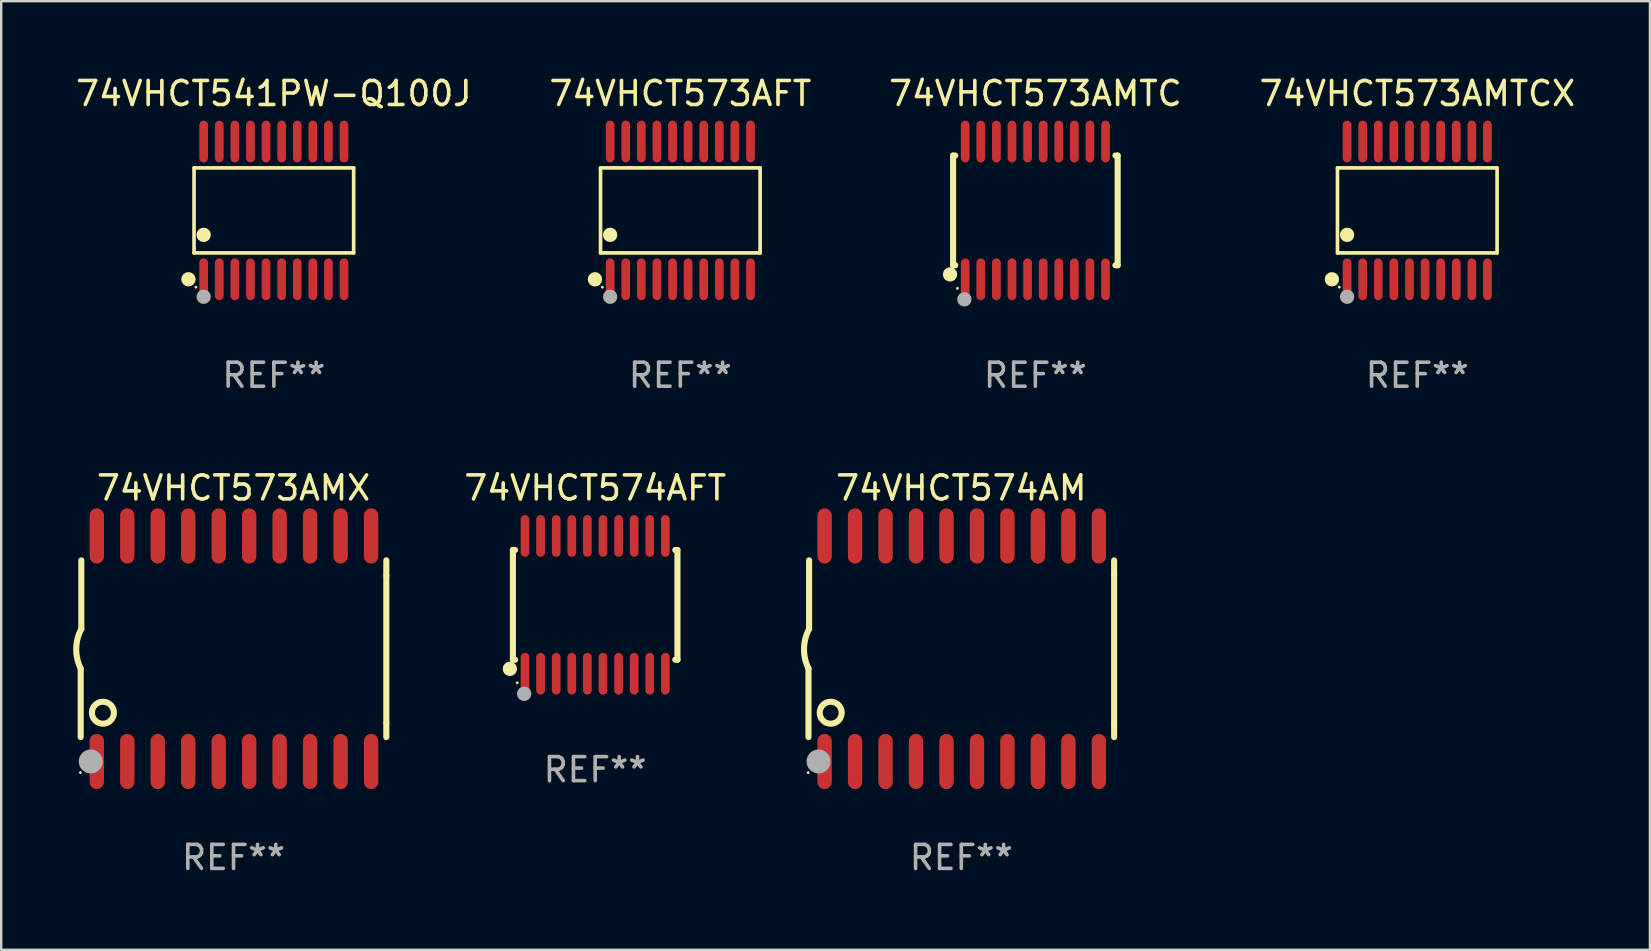
<source format=kicad_pcb>
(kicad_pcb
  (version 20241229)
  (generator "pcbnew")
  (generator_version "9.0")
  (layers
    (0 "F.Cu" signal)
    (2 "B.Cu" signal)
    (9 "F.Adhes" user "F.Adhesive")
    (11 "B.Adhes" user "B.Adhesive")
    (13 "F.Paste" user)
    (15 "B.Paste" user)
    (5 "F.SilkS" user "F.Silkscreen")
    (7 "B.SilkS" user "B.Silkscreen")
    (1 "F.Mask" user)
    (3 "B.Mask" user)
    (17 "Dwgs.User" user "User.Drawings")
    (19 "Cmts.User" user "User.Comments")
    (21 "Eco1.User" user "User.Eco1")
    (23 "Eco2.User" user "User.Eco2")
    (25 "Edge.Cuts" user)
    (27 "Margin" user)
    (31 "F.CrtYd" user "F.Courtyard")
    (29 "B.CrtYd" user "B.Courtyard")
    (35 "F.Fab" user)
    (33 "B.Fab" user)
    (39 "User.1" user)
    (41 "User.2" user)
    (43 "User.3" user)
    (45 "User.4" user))
  (footprint "74VHCT541PW-Q100J"
    (layer "F.Cu")
    (at 8.363 5.719)
    (property "Reference" "74VHCT541PW-Q100J" (at 0 -4.871 0) (layer "F.SilkS") (effects (font (size 1 1) (thickness 0.15))))
    (attr through_hole)
    (fp_line (start -3.326 -1.771) (end 3.326 -1.771) (stroke (width 0.152) (type solid)) (layer "F.SilkS"))
    (fp_line (start -3.326 1.771) (end -3.326 -1.771) (stroke (width 0.152) (type solid)) (layer "F.SilkS"))
    (fp_line (start 3.326 -1.771) (end 3.326 1.771) (stroke (width 0.152) (type solid)) (layer "F.SilkS"))
    (fp_line (start 3.326 1.771) (end -3.326 1.771) (stroke (width 0.152) (type solid)) (layer "F.SilkS"))
    (fp_circle (center -3.559 2.871) (end -3.409 2.871) (stroke (width 0.3) (type solid)) (fill no) (layer "F.SilkS"))
    (fp_circle (center -3.25 3.2) (end -3.22 3.2) (stroke (width 0.06) (type solid)) (fill no) (layer "F.SilkS"))
    (fp_circle (center -2.925 1.019) (end -2.775 1.019) (stroke (width 0.3) (type solid)) (fill no) (layer "F.SilkS"))
    (fp_circle (center -2.925 3.6) (end -2.775 3.6) (stroke (width 0.3) (type solid)) (fill no) (layer "F.Fab"))
    (fp_text user "REF**" (at 0 6.871 0) (layer "F.Fab") (effects (font (size 1 1) (thickness 0.15))))
    (pad "1" smd oval (at -2.925 2.871) (size 0.364 1.742) (layers "F.Cu" "F.Mask" "F.Paste"))
    (pad "2" smd oval (at -2.275 2.871) (size 0.364 1.742) (layers "F.Cu" "F.Mask" "F.Paste"))
    (pad "3" smd oval (at -1.625 2.871) (size 0.364 1.742) (layers "F.Cu" "F.Mask" "F.Paste"))
    (pad "4" smd oval (at -0.975 2.871) (size 0.364 1.742) (layers "F.Cu" "F.Mask" "F.Paste"))
    (pad "5" smd oval (at -0.325 2.871) (size 0.364 1.742) (layers "F.Cu" "F.Mask" "F.Paste"))
    (pad "6" smd oval (at 0.325 2.871) (size 0.364 1.742) (layers "F.Cu" "F.Mask" "F.Paste"))
    (pad "7" smd oval (at 0.975 2.871) (size 0.364 1.742) (layers "F.Cu" "F.Mask" "F.Paste"))
    (pad "8" smd oval (at 1.625 2.871) (size 0.364 1.742) (layers "F.Cu" "F.Mask" "F.Paste"))
    (pad "9" smd oval (at 2.275 2.871) (size 0.364 1.742) (layers "F.Cu" "F.Mask" "F.Paste"))
    (pad "10" smd oval (at 2.925 2.871) (size 0.364 1.742) (layers "F.Cu" "F.Mask" "F.Paste"))
    (pad "11" smd oval (at 2.925 -2.871) (size 0.364 1.742) (layers "F.Cu" "F.Mask" "F.Paste"))
    (pad "12" smd oval (at 2.275 -2.871) (size 0.364 1.742) (layers "F.Cu" "F.Mask" "F.Paste"))
    (pad "13" smd oval (at 1.625 -2.871) (size 0.364 1.742) (layers "F.Cu" "F.Mask" "F.Paste"))
    (pad "14" smd oval (at 0.975 -2.871) (size 0.364 1.742) (layers "F.Cu" "F.Mask" "F.Paste"))
    (pad "15" smd oval (at 0.325 -2.871) (size 0.364 1.742) (layers "F.Cu" "F.Mask" "F.Paste"))
    (pad "16" smd oval (at -0.325 -2.871) (size 0.364 1.742) (layers "F.Cu" "F.Mask" "F.Paste"))
    (pad "17" smd oval (at -0.975 -2.871) (size 0.364 1.742) (layers "F.Cu" "F.Mask" "F.Paste"))
    (pad "18" smd oval (at -1.625 -2.871) (size 0.364 1.742) (layers "F.Cu" "F.Mask" "F.Paste"))
    (pad "19" smd oval (at -2.275 -2.871) (size 0.364 1.742) (layers "F.Cu" "F.Mask" "F.Paste"))
    (pad "20" smd oval (at -2.925 -2.871) (size 0.364 1.742) (layers "F.Cu" "F.Mask" "F.Paste")))
  (footprint "74VHCT574AM"
    (layer "F.Cu")
    (at 37.014 23.987)
    (property "Reference" "74VHCT574AM" (at 0 -6.7 0) (layer "F.SilkS") (effects (font (size 1 1) (thickness 0.15))))
    (attr through_hole)
    (fp_line (start -6.369 0.826) (end -6.369 3.683) (stroke (width 0.254) (type solid)) (layer "F.SilkS"))
    (fp_line (start -6.343 -0.825) (end -6.343 -3.683) (stroke (width 0.254) (type solid)) (layer "F.SilkS"))
    (fp_line (start 6.369 -3.048) (end 6.369 -3.683) (stroke (width 0.254) (type solid)) (layer "F.SilkS"))
    (fp_line (start 6.369 -3.048) (end 6.369 3.096) (stroke (width 0.254) (type solid)) (layer "F.SilkS"))
    (fp_line (start 6.369 3.096) (end 6.369 3.683) (stroke (width 0.254) (type solid)) (layer "F.SilkS"))
    (fp_arc (start -6.36853 0.825552) (mid -6.554743 -0.00301) (end -6.343129 -0.825451) (stroke (width 0.254001) (type solid)) (layer "F.SilkS"))
    (fp_circle (center -6.382 5.163) (end -6.352 5.163) (stroke (width 0.06) (type solid)) (fill no) (layer "F.SilkS"))
    (fp_circle (center -5.443 2.667) (end -4.985 2.667) (stroke (width 0.254) (type solid)) (fill no) (layer "F.SilkS"))
    (fp_circle (center -5.951 4.699) (end -5.701 4.699) (stroke (width 0.5) (type solid)) (fill no) (layer "F.Fab"))
    (fp_text user "REF**" (at 0 8.7 0) (layer "F.Fab") (effects (font (size 1 1) (thickness 0.15))))
    (pad "1" smd oval (at -5.697 4.7 180) (size 0.6 2.3) (layers "F.Cu" "F.Mask" "F.Paste"))
    (pad "2" smd oval (at -4.427 4.7 180) (size 0.6 2.3) (layers "F.Cu" "F.Mask" "F.Paste"))
    (pad "3" smd oval (at -3.157 4.7 180) (size 0.6 2.3) (layers "F.Cu" "F.Mask" "F.Paste"))
    (pad "4" smd oval (at -1.887 4.7 180) (size 0.6 2.3) (layers "F.Cu" "F.Mask" "F.Paste"))
    (pad "5" smd oval (at -0.617 4.7 180) (size 0.6 2.3) (layers "F.Cu" "F.Mask" "F.Paste"))
    (pad "6" smd oval (at 0.653 4.7 180) (size 0.6 2.3) (layers "F.Cu" "F.Mask" "F.Paste"))
    (pad "7" smd oval (at 1.923 4.7 180) (size 0.6 2.3) (layers "F.Cu" "F.Mask" "F.Paste"))
    (pad "8" smd oval (at 3.193 4.7 180) (size 0.6 2.3) (layers "F.Cu" "F.Mask" "F.Paste"))
    (pad "9" smd oval (at 4.463 4.7 180) (size 0.6 2.3) (layers "F.Cu" "F.Mask" "F.Paste"))
    (pad "10" smd oval (at 5.734 4.7 180) (size 0.6 2.3) (layers "F.Cu" "F.Mask" "F.Paste"))
    (pad "11" smd oval (at 5.734 -4.7 180) (size 0.6 2.3) (layers "F.Cu" "F.Mask" "F.Paste"))
    (pad "12" smd oval (at 4.463 -4.7 180) (size 0.6 2.3) (layers "F.Cu" "F.Mask" "F.Paste"))
    (pad "13" smd oval (at 3.193 -4.7 180) (size 0.6 2.3) (layers "F.Cu" "F.Mask" "F.Paste"))
    (pad "14" smd oval (at 1.923 -4.7 180) (size 0.6 2.3) (layers "F.Cu" "F.Mask" "F.Paste"))
    (pad "15" smd oval (at 0.653 -4.7 180) (size 0.6 2.3) (layers "F.Cu" "F.Mask" "F.Paste"))
    (pad "16" smd oval (at -0.617 -4.7 180) (size 0.6 2.3) (layers "F.Cu" "F.Mask" "F.Paste"))
    (pad "17" smd oval (at -1.887 -4.7 180) (size 0.6 2.3) (layers "F.Cu" "F.Mask" "F.Paste"))
    (pad "18" smd oval (at -3.157 -4.7 180) (size 0.6 2.3) (layers "F.Cu" "F.Mask" "F.Paste"))
    (pad "19" smd oval (at -4.427 -4.7 180) (size 0.6 2.3) (layers "F.Cu" "F.Mask" "F.Paste"))
    (pad "20" smd oval (at -5.697 -4.7 180) (size 0.6 2.3) (layers "F.Cu" "F.Mask" "F.Paste")))
  (footprint "74VHCT573AMX"
    (layer "F.Cu")
    (at 6.682 23.987)
    (property "Reference" "74VHCT573AMX" (at 0 -6.7 0) (layer "F.SilkS") (effects (font (size 1 1) (thickness 0.15))))
    (attr through_hole)
    (fp_line (start -6.369 0.826) (end -6.369 3.683) (stroke (width 0.254) (type solid)) (layer "F.SilkS"))
    (fp_line (start -6.343 -0.825) (end -6.343 -3.683) (stroke (width 0.254) (type solid)) (layer "F.SilkS"))
    (fp_line (start 6.369 -3.048) (end 6.369 -3.683) (stroke (width 0.254) (type solid)) (layer "F.SilkS"))
    (fp_line (start 6.369 -3.048) (end 6.369 3.096) (stroke (width 0.254) (type solid)) (layer "F.SilkS"))
    (fp_line (start 6.369 3.096) (end 6.369 3.683) (stroke (width 0.254) (type solid)) (layer "F.SilkS"))
    (fp_arc (start -6.36853 0.825552) (mid -6.554743 -0.00301) (end -6.343129 -0.825451) (stroke (width 0.254001) (type solid)) (layer "F.SilkS"))
    (fp_circle (center -6.382 5.163) (end -6.352 5.163) (stroke (width 0.06) (type solid)) (fill no) (layer "F.SilkS"))
    (fp_circle (center -5.443 2.667) (end -4.985 2.667) (stroke (width 0.254) (type solid)) (fill no) (layer "F.SilkS"))
    (fp_circle (center -5.951 4.699) (end -5.701 4.699) (stroke (width 0.5) (type solid)) (fill no) (layer "F.Fab"))
    (fp_text user "REF**" (at 0 8.7 0) (layer "F.Fab") (effects (font (size 1 1) (thickness 0.15))))
    (pad "1" smd oval (at -5.697 4.7 180) (size 0.6 2.3) (layers "F.Cu" "F.Mask" "F.Paste"))
    (pad "2" smd oval (at -4.427 4.7 180) (size 0.6 2.3) (layers "F.Cu" "F.Mask" "F.Paste"))
    (pad "3" smd oval (at -3.157 4.7 180) (size 0.6 2.3) (layers "F.Cu" "F.Mask" "F.Paste"))
    (pad "4" smd oval (at -1.887 4.7 180) (size 0.6 2.3) (layers "F.Cu" "F.Mask" "F.Paste"))
    (pad "5" smd oval (at -0.617 4.7 180) (size 0.6 2.3) (layers "F.Cu" "F.Mask" "F.Paste"))
    (pad "6" smd oval (at 0.653 4.7 180) (size 0.6 2.3) (layers "F.Cu" "F.Mask" "F.Paste"))
    (pad "7" smd oval (at 1.923 4.7 180) (size 0.6 2.3) (layers "F.Cu" "F.Mask" "F.Paste"))
    (pad "8" smd oval (at 3.193 4.7 180) (size 0.6 2.3) (layers "F.Cu" "F.Mask" "F.Paste"))
    (pad "9" smd oval (at 4.463 4.7 180) (size 0.6 2.3) (layers "F.Cu" "F.Mask" "F.Paste"))
    (pad "10" smd oval (at 5.734 4.7 180) (size 0.6 2.3) (layers "F.Cu" "F.Mask" "F.Paste"))
    (pad "11" smd oval (at 5.734 -4.7 180) (size 0.6 2.3) (layers "F.Cu" "F.Mask" "F.Paste"))
    (pad "12" smd oval (at 4.463 -4.7 180) (size 0.6 2.3) (layers "F.Cu" "F.Mask" "F.Paste"))
    (pad "13" smd oval (at 3.193 -4.7 180) (size 0.6 2.3) (layers "F.Cu" "F.Mask" "F.Paste"))
    (pad "14" smd oval (at 1.923 -4.7 180) (size 0.6 2.3) (layers "F.Cu" "F.Mask" "F.Paste"))
    (pad "15" smd oval (at 0.653 -4.7 180) (size 0.6 2.3) (layers "F.Cu" "F.Mask" "F.Paste"))
    (pad "16" smd oval (at -0.617 -4.7 180) (size 0.6 2.3) (layers "F.Cu" "F.Mask" "F.Paste"))
    (pad "17" smd oval (at -1.887 -4.7 180) (size 0.6 2.3) (layers "F.Cu" "F.Mask" "F.Paste"))
    (pad "18" smd oval (at -3.157 -4.7 180) (size 0.6 2.3) (layers "F.Cu" "F.Mask" "F.Paste"))
    (pad "19" smd oval (at -4.427 -4.7 180) (size 0.6 2.3) (layers "F.Cu" "F.Mask" "F.Paste"))
    (pad "20" smd oval (at -5.697 -4.7 180) (size 0.6 2.3) (layers "F.Cu" "F.Mask" "F.Paste")))
  (footprint "74VHCT573AFT"
    (layer "F.Cu")
    (at 25.304 5.719)
    (property "Reference" "74VHCT573AFT" (at 0 -4.871 0) (layer "F.SilkS") (effects (font (size 1 1) (thickness 0.15))))
    (attr through_hole)
    (fp_line (start -3.326 -1.771) (end 3.326 -1.771) (stroke (width 0.152) (type solid)) (layer "F.SilkS"))
    (fp_line (start -3.326 1.771) (end -3.326 -1.771) (stroke (width 0.152) (type solid)) (layer "F.SilkS"))
    (fp_line (start 3.326 -1.771) (end 3.326 1.771) (stroke (width 0.152) (type solid)) (layer "F.SilkS"))
    (fp_line (start 3.326 1.771) (end -3.326 1.771) (stroke (width 0.152) (type solid)) (layer "F.SilkS"))
    (fp_circle (center -3.559 2.871) (end -3.409 2.871) (stroke (width 0.3) (type solid)) (fill no) (layer "F.SilkS"))
    (fp_circle (center -3.25 3.2) (end -3.22 3.2) (stroke (width 0.06) (type solid)) (fill no) (layer "F.SilkS"))
    (fp_circle (center -2.925 1.019) (end -2.775 1.019) (stroke (width 0.3) (type solid)) (fill no) (layer "F.SilkS"))
    (fp_circle (center -2.925 3.6) (end -2.775 3.6) (stroke (width 0.3) (type solid)) (fill no) (layer "F.Fab"))
    (fp_text user "REF**" (at 0 6.871 0) (layer "F.Fab") (effects (font (size 1 1) (thickness 0.15))))
    (pad "1" smd oval (at -2.925 2.871) (size 0.364 1.742) (layers "F.Cu" "F.Mask" "F.Paste"))
    (pad "2" smd oval (at -2.275 2.871) (size 0.364 1.742) (layers "F.Cu" "F.Mask" "F.Paste"))
    (pad "3" smd oval (at -1.625 2.871) (size 0.364 1.742) (layers "F.Cu" "F.Mask" "F.Paste"))
    (pad "4" smd oval (at -0.975 2.871) (size 0.364 1.742) (layers "F.Cu" "F.Mask" "F.Paste"))
    (pad "5" smd oval (at -0.325 2.871) (size 0.364 1.742) (layers "F.Cu" "F.Mask" "F.Paste"))
    (pad "6" smd oval (at 0.325 2.871) (size 0.364 1.742) (layers "F.Cu" "F.Mask" "F.Paste"))
    (pad "7" smd oval (at 0.975 2.871) (size 0.364 1.742) (layers "F.Cu" "F.Mask" "F.Paste"))
    (pad "8" smd oval (at 1.625 2.871) (size 0.364 1.742) (layers "F.Cu" "F.Mask" "F.Paste"))
    (pad "9" smd oval (at 2.275 2.871) (size 0.364 1.742) (layers "F.Cu" "F.Mask" "F.Paste"))
    (pad "10" smd oval (at 2.925 2.871) (size 0.364 1.742) (layers "F.Cu" "F.Mask" "F.Paste"))
    (pad "11" smd oval (at 2.925 -2.871) (size 0.364 1.742) (layers "F.Cu" "F.Mask" "F.Paste"))
    (pad "12" smd oval (at 2.275 -2.871) (size 0.364 1.742) (layers "F.Cu" "F.Mask" "F.Paste"))
    (pad "13" smd oval (at 1.625 -2.871) (size 0.364 1.742) (layers "F.Cu" "F.Mask" "F.Paste"))
    (pad "14" smd oval (at 0.975 -2.871) (size 0.364 1.742) (layers "F.Cu" "F.Mask" "F.Paste"))
    (pad "15" smd oval (at 0.325 -2.871) (size 0.364 1.742) (layers "F.Cu" "F.Mask" "F.Paste"))
    (pad "16" smd oval (at -0.325 -2.871) (size 0.364 1.742) (layers "F.Cu" "F.Mask" "F.Paste"))
    (pad "17" smd oval (at -0.975 -2.871) (size 0.364 1.742) (layers "F.Cu" "F.Mask" "F.Paste"))
    (pad "18" smd oval (at -1.625 -2.871) (size 0.364 1.742) (layers "F.Cu" "F.Mask" "F.Paste"))
    (pad "19" smd oval (at -2.275 -2.871) (size 0.364 1.742) (layers "F.Cu" "F.Mask" "F.Paste"))
    (pad "20" smd oval (at -2.925 -2.871) (size 0.364 1.742) (layers "F.Cu" "F.Mask" "F.Paste")))
  (footprint "74VHCT574AFT"
    (layer "F.Cu")
    (at 21.755 22.158)
    (property "Reference" "74VHCT574AFT" (at 0 -4.871 0) (layer "F.SilkS") (effects (font (size 1 1) (thickness 0.15))))
    (attr through_hole)
    (fp_line (start -3.429 -2.286) (end -3.429 2.286) (stroke (width 0.254) (type solid)) (layer "F.SilkS"))
    (fp_line (start -3.429 2.286) (end -3.338 2.286) (stroke (width 0.254) (type solid)) (layer "F.SilkS"))
    (fp_line (start -3.338 -2.286) (end -3.429 -2.286) (stroke (width 0.254) (type solid)) (layer "F.SilkS"))
    (fp_line (start 3.338 -2.286) (end 3.429 -2.286) (stroke (width 0.254) (type solid)) (layer "F.SilkS"))
    (fp_line (start 3.429 -2.286) (end 3.429 2.286) (stroke (width 0.254) (type solid)) (layer "F.SilkS"))
    (fp_line (start 3.429 2.286) (end 3.338 2.286) (stroke (width 0.254) (type solid)) (layer "F.SilkS"))
    (fp_circle (center -3.556 2.667) (end -3.406 2.667) (stroke (width 0.3) (type solid)) (fill no) (layer "F.SilkS"))
    (fp_circle (center -3.25 3.25) (end -3.22 3.25) (stroke (width 0.06) (type solid)) (fill no) (layer "F.SilkS"))
    (fp_circle (center -2.959 3.707) (end -2.808 3.707) (stroke (width 0.3) (type solid)) (fill no) (layer "F.Fab"))
    (fp_text user "REF**" (at 0 6.871 0) (layer "F.Fab") (effects (font (size 1 1) (thickness 0.15))))
    (pad "1" smd oval (at -2.925 2.871) (size 0.364 1.742) (layers "F.Cu" "F.Mask" "F.Paste"))
    (pad "2" smd oval (at -2.275 2.871) (size 0.364 1.742) (layers "F.Cu" "F.Mask" "F.Paste"))
    (pad "3" smd oval (at -1.625 2.871) (size 0.364 1.742) (layers "F.Cu" "F.Mask" "F.Paste"))
    (pad "4" smd oval (at -0.975 2.871) (size 0.364 1.742) (layers "F.Cu" "F.Mask" "F.Paste"))
    (pad "5" smd oval (at -0.325 2.871) (size 0.364 1.742) (layers "F.Cu" "F.Mask" "F.Paste"))
    (pad "6" smd oval (at 0.325 2.871) (size 0.364 1.742) (layers "F.Cu" "F.Mask" "F.Paste"))
    (pad "7" smd oval (at 0.975 2.871) (size 0.364 1.742) (layers "F.Cu" "F.Mask" "F.Paste"))
    (pad "8" smd oval (at 1.625 2.871) (size 0.364 1.742) (layers "F.Cu" "F.Mask" "F.Paste"))
    (pad "9" smd oval (at 2.275 2.871) (size 0.364 1.742) (layers "F.Cu" "F.Mask" "F.Paste"))
    (pad "10" smd oval (at 2.925 2.871) (size 0.364 1.742) (layers "F.Cu" "F.Mask" "F.Paste"))
    (pad "11" smd oval (at 2.925 -2.871) (size 0.364 1.742) (layers "F.Cu" "F.Mask" "F.Paste"))
    (pad "12" smd oval (at 2.275 -2.871) (size 0.364 1.742) (layers "F.Cu" "F.Mask" "F.Paste"))
    (pad "13" smd oval (at 1.625 -2.871) (size 0.364 1.742) (layers "F.Cu" "F.Mask" "F.Paste"))
    (pad "14" smd oval (at 0.975 -2.871) (size 0.364 1.742) (layers "F.Cu" "F.Mask" "F.Paste"))
    (pad "15" smd oval (at 0.325 -2.871) (size 0.364 1.742) (layers "F.Cu" "F.Mask" "F.Paste"))
    (pad "16" smd oval (at -0.325 -2.871) (size 0.364 1.742) (layers "F.Cu" "F.Mask" "F.Paste"))
    (pad "17" smd oval (at -0.975 -2.871) (size 0.364 1.742) (layers "F.Cu" "F.Mask" "F.Paste"))
    (pad "18" smd oval (at -1.625 -2.871) (size 0.364 1.742) (layers "F.Cu" "F.Mask" "F.Paste"))
    (pad "19" smd oval (at -2.275 -2.871) (size 0.364 1.742) (layers "F.Cu" "F.Mask" "F.Paste"))
    (pad "20" smd oval (at -2.925 -2.871) (size 0.364 1.742) (layers "F.Cu" "F.Mask" "F.Paste")))
  (footprint "74VHCT573AMTCX"
    (layer "F.Cu")
    (at 56.018 5.719)
    (property "Reference" "74VHCT573AMTCX" (at 0 -4.871 0) (layer "F.SilkS") (effects (font (size 1 1) (thickness 0.15))))
    (attr through_hole)
    (fp_line (start -3.326 -1.771) (end 3.326 -1.771) (stroke (width 0.152) (type solid)) (layer "F.SilkS"))
    (fp_line (start -3.326 1.771) (end -3.326 -1.771) (stroke (width 0.152) (type solid)) (layer "F.SilkS"))
    (fp_line (start 3.326 -1.771) (end 3.326 1.771) (stroke (width 0.152) (type solid)) (layer "F.SilkS"))
    (fp_line (start 3.326 1.771) (end -3.326 1.771) (stroke (width 0.152) (type solid)) (layer "F.SilkS"))
    (fp_circle (center -3.559 2.871) (end -3.409 2.871) (stroke (width 0.3) (type solid)) (fill no) (layer "F.SilkS"))
    (fp_circle (center -3.25 3.2) (end -3.22 3.2) (stroke (width 0.06) (type solid)) (fill no) (layer "F.SilkS"))
    (fp_circle (center -2.925 1.019) (end -2.775 1.019) (stroke (width 0.3) (type solid)) (fill no) (layer "F.SilkS"))
    (fp_circle (center -2.925 3.6) (end -2.775 3.6) (stroke (width 0.3) (type solid)) (fill no) (layer "F.Fab"))
    (fp_text user "REF**" (at 0 6.871 0) (layer "F.Fab") (effects (font (size 1 1) (thickness 0.15))))
    (pad "1" smd oval (at -2.925 2.871) (size 0.364 1.742) (layers "F.Cu" "F.Mask" "F.Paste"))
    (pad "2" smd oval (at -2.275 2.871) (size 0.364 1.742) (layers "F.Cu" "F.Mask" "F.Paste"))
    (pad "3" smd oval (at -1.625 2.871) (size 0.364 1.742) (layers "F.Cu" "F.Mask" "F.Paste"))
    (pad "4" smd oval (at -0.975 2.871) (size 0.364 1.742) (layers "F.Cu" "F.Mask" "F.Paste"))
    (pad "5" smd oval (at -0.325 2.871) (size 0.364 1.742) (layers "F.Cu" "F.Mask" "F.Paste"))
    (pad "6" smd oval (at 0.325 2.871) (size 0.364 1.742) (layers "F.Cu" "F.Mask" "F.Paste"))
    (pad "7" smd oval (at 0.975 2.871) (size 0.364 1.742) (layers "F.Cu" "F.Mask" "F.Paste"))
    (pad "8" smd oval (at 1.625 2.871) (size 0.364 1.742) (layers "F.Cu" "F.Mask" "F.Paste"))
    (pad "9" smd oval (at 2.275 2.871) (size 0.364 1.742) (layers "F.Cu" "F.Mask" "F.Paste"))
    (pad "10" smd oval (at 2.925 2.871) (size 0.364 1.742) (layers "F.Cu" "F.Mask" "F.Paste"))
    (pad "11" smd oval (at 2.925 -2.871) (size 0.364 1.742) (layers "F.Cu" "F.Mask" "F.Paste"))
    (pad "12" smd oval (at 2.275 -2.871) (size 0.364 1.742) (layers "F.Cu" "F.Mask" "F.Paste"))
    (pad "13" smd oval (at 1.625 -2.871) (size 0.364 1.742) (layers "F.Cu" "F.Mask" "F.Paste"))
    (pad "14" smd oval (at 0.975 -2.871) (size 0.364 1.742) (layers "F.Cu" "F.Mask" "F.Paste"))
    (pad "15" smd oval (at 0.325 -2.871) (size 0.364 1.742) (layers "F.Cu" "F.Mask" "F.Paste"))
    (pad "16" smd oval (at -0.325 -2.871) (size 0.364 1.742) (layers "F.Cu" "F.Mask" "F.Paste"))
    (pad "17" smd oval (at -0.975 -2.871) (size 0.364 1.742) (layers "F.Cu" "F.Mask" "F.Paste"))
    (pad "18" smd oval (at -1.625 -2.871) (size 0.364 1.742) (layers "F.Cu" "F.Mask" "F.Paste"))
    (pad "19" smd oval (at -2.275 -2.871) (size 0.364 1.742) (layers "F.Cu" "F.Mask" "F.Paste"))
    (pad "20" smd oval (at -2.925 -2.871) (size 0.364 1.742) (layers "F.Cu" "F.Mask" "F.Paste")))
  (footprint "74VHCT573AMTC"
    (layer "F.Cu")
    (at 40.101 5.719)
    (property "Reference" "74VHCT573AMTC" (at 0 -4.871 0) (layer "F.SilkS") (effects (font (size 1 1) (thickness 0.15))))
    (attr through_hole)
    (fp_line (start -3.429 -2.286) (end -3.429 2.286) (stroke (width 0.254) (type solid)) (layer "F.SilkS"))
    (fp_line (start -3.429 2.286) (end -3.338 2.286) (stroke (width 0.254) (type solid)) (layer "F.SilkS"))
    (fp_line (start -3.338 -2.286) (end -3.429 -2.286) (stroke (width 0.254) (type solid)) (layer "F.SilkS"))
    (fp_line (start 3.338 -2.286) (end 3.429 -2.286) (stroke (width 0.254) (type solid)) (layer "F.SilkS"))
    (fp_line (start 3.429 -2.286) (end 3.429 2.286) (stroke (width 0.254) (type solid)) (layer "F.SilkS"))
    (fp_line (start 3.429 2.286) (end 3.338 2.286) (stroke (width 0.254) (type solid)) (layer "F.SilkS"))
    (fp_circle (center -3.556 2.667) (end -3.406 2.667) (stroke (width 0.3) (type solid)) (fill no) (layer "F.SilkS"))
    (fp_circle (center -3.25 3.25) (end -3.22 3.25) (stroke (width 0.06) (type solid)) (fill no) (layer "F.SilkS"))
    (fp_circle (center -2.959 3.707) (end -2.808 3.707) (stroke (width 0.3) (type solid)) (fill no) (layer "F.Fab"))
    (fp_text user "REF**" (at 0 6.871 0) (layer "F.Fab") (effects (font (size 1 1) (thickness 0.15))))
    (pad "1" smd oval (at -2.925 2.871) (size 0.364 1.742) (layers "F.Cu" "F.Mask" "F.Paste"))
    (pad "2" smd oval (at -2.275 2.871) (size 0.364 1.742) (layers "F.Cu" "F.Mask" "F.Paste"))
    (pad "3" smd oval (at -1.625 2.871) (size 0.364 1.742) (layers "F.Cu" "F.Mask" "F.Paste"))
    (pad "4" smd oval (at -0.975 2.871) (size 0.364 1.742) (layers "F.Cu" "F.Mask" "F.Paste"))
    (pad "5" smd oval (at -0.325 2.871) (size 0.364 1.742) (layers "F.Cu" "F.Mask" "F.Paste"))
    (pad "6" smd oval (at 0.325 2.871) (size 0.364 1.742) (layers "F.Cu" "F.Mask" "F.Paste"))
    (pad "7" smd oval (at 0.975 2.871) (size 0.364 1.742) (layers "F.Cu" "F.Mask" "F.Paste"))
    (pad "8" smd oval (at 1.625 2.871) (size 0.364 1.742) (layers "F.Cu" "F.Mask" "F.Paste"))
    (pad "9" smd oval (at 2.275 2.871) (size 0.364 1.742) (layers "F.Cu" "F.Mask" "F.Paste"))
    (pad "10" smd oval (at 2.925 2.871) (size 0.364 1.742) (layers "F.Cu" "F.Mask" "F.Paste"))
    (pad "11" smd oval (at 2.925 -2.871) (size 0.364 1.742) (layers "F.Cu" "F.Mask" "F.Paste"))
    (pad "12" smd oval (at 2.275 -2.871) (size 0.364 1.742) (layers "F.Cu" "F.Mask" "F.Paste"))
    (pad "13" smd oval (at 1.625 -2.871) (size 0.364 1.742) (layers "F.Cu" "F.Mask" "F.Paste"))
    (pad "14" smd oval (at 0.975 -2.871) (size 0.364 1.742) (layers "F.Cu" "F.Mask" "F.Paste"))
    (pad "15" smd oval (at 0.325 -2.871) (size 0.364 1.742) (layers "F.Cu" "F.Mask" "F.Paste"))
    (pad "16" smd oval (at -0.325 -2.871) (size 0.364 1.742) (layers "F.Cu" "F.Mask" "F.Paste"))
    (pad "17" smd oval (at -0.975 -2.871) (size 0.364 1.742) (layers "F.Cu" "F.Mask" "F.Paste"))
    (pad "18" smd oval (at -1.625 -2.871) (size 0.364 1.742) (layers "F.Cu" "F.Mask" "F.Paste"))
    (pad "19" smd oval (at -2.275 -2.871) (size 0.364 1.742) (layers "F.Cu" "F.Mask" "F.Paste"))
    (pad "20" smd oval (at -2.925 -2.871) (size 0.364 1.742) (layers "F.Cu" "F.Mask" "F.Paste")))
  (gr_rect
    (start -3 -3)
    (end 65.714 36.535)
    (stroke (width 0.1) (type default))
    (fill no)
    (layer "Edge.Cuts")))
</source>
